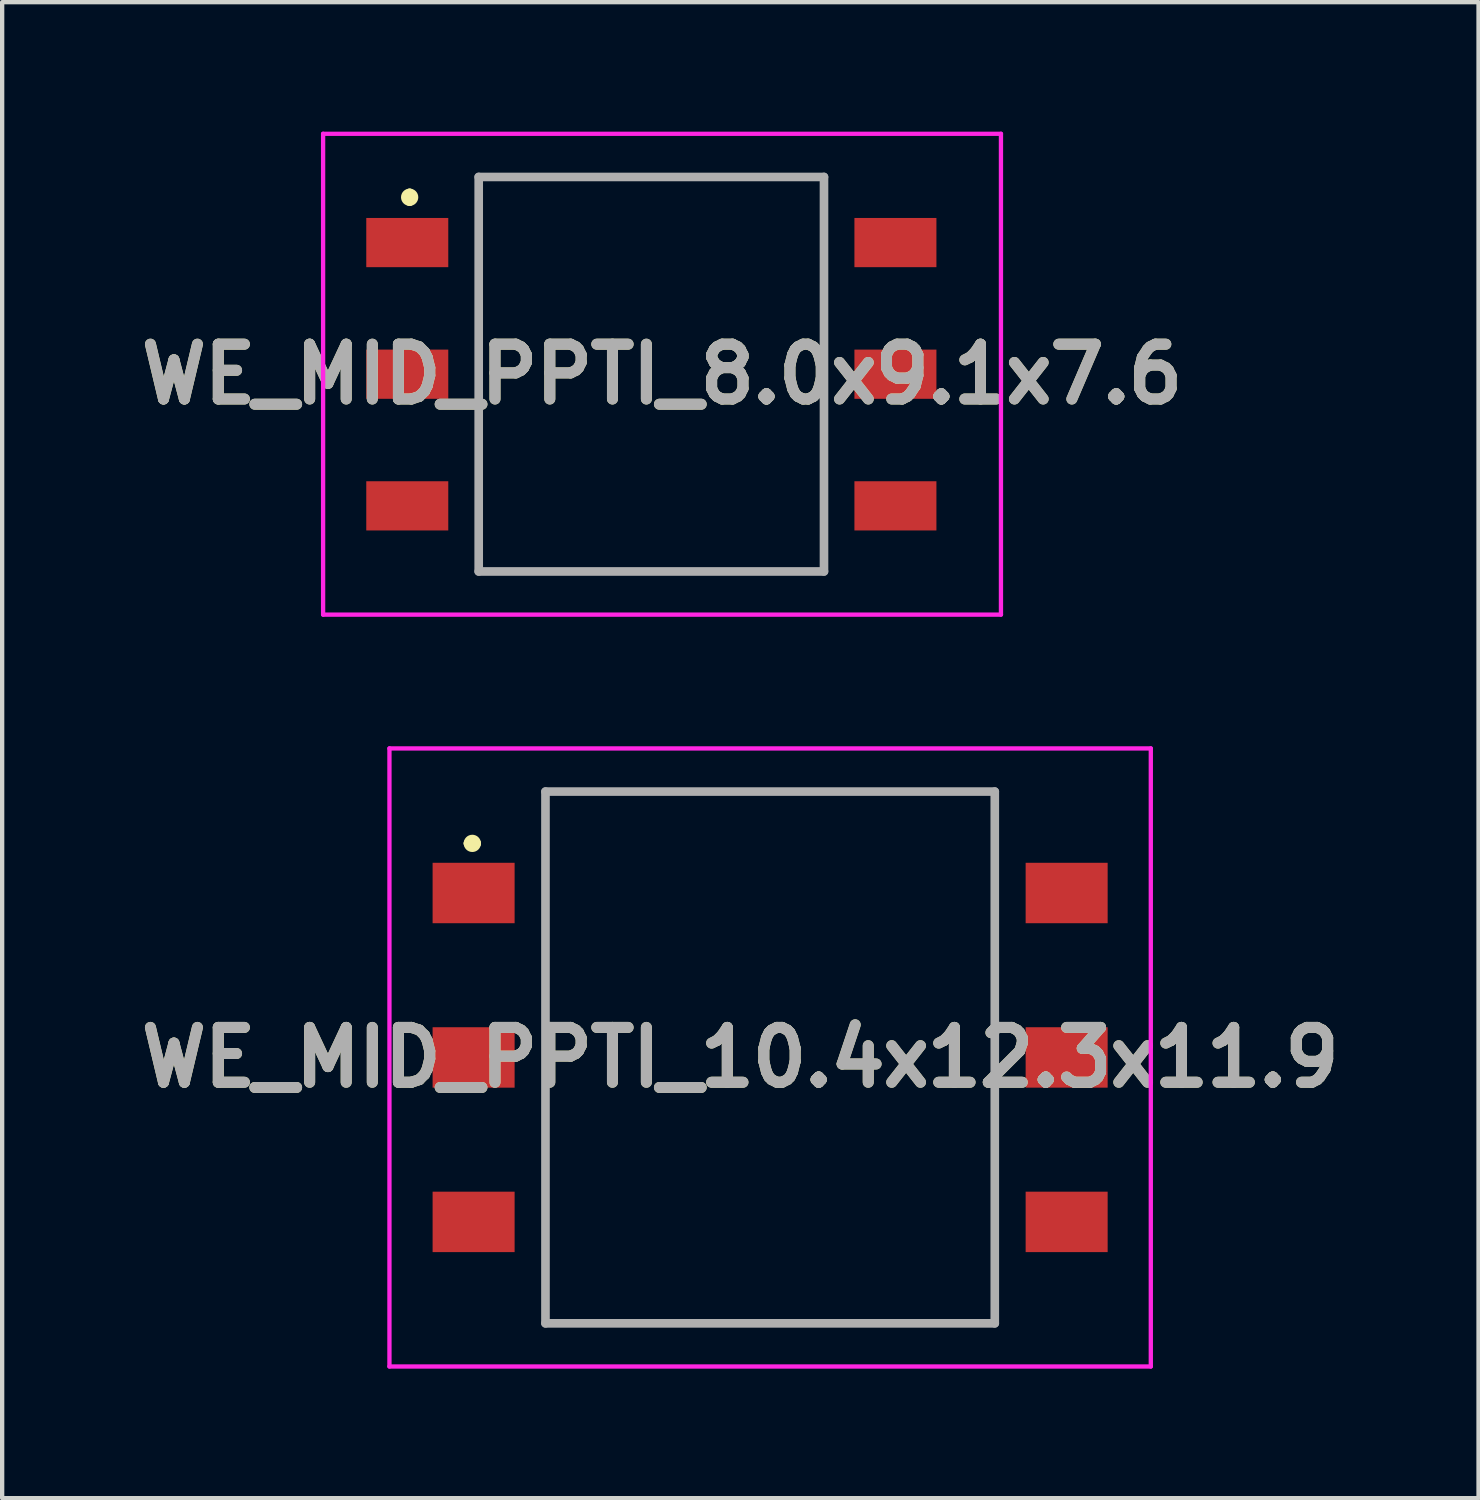
<source format=kicad_pcb>
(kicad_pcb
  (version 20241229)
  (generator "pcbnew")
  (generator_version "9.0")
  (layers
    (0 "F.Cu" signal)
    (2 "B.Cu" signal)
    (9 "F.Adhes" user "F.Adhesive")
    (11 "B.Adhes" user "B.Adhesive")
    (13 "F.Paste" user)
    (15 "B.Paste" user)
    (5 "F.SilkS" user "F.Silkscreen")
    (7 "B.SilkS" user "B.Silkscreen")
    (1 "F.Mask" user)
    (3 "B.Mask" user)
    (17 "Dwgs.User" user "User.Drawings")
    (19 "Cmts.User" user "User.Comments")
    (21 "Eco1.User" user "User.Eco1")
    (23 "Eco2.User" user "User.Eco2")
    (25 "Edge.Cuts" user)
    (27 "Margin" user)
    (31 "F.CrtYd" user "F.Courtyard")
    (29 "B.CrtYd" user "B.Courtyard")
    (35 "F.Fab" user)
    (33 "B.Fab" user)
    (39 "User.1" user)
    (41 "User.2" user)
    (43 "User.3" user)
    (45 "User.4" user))
  (footprint "WE_MID_PPTI_8.0x9.1x7.6"
    (layer "F.Cu")
    (at 12.041 5.62)
    (property "Reference" "WE_MID_PPTI_8.0x9.1x7.6" (at 0.248 0 0) (layer "F.SilkS") (effects (font (size 1.27 1.27) (thickness 0.254))))
    (attr smd)
    (fp_line (start -5.6 -4.2) (end -5.6 -4.2) (stroke (width 0.2) (type solid)) (layer "F.SilkS"))
    (fp_line (start -5.6 -4) (end -5.6 -4) (stroke (width 0.2) (type solid)) (layer "F.SilkS"))
    (fp_line (start -4 -4.57) (end 4 -4.57) (stroke (width 0.1) (type solid)) (layer "F.SilkS"))
    (fp_line (start -4 4.57) (end -4 -4.57) (stroke (width 0.1) (type solid)) (layer "F.SilkS"))
    (fp_line (start 4 -4.57) (end 4 4.57) (stroke (width 0.1) (type solid)) (layer "F.SilkS"))
    (fp_line (start 4 4.57) (end -4 4.57) (stroke (width 0.1) (type solid)) (layer "F.SilkS"))
    (fp_arc (start -5.6 -4.2) (mid -5.5 -4.1) (end -5.6 -4) (stroke (width 0.2) (type solid)) (layer "F.SilkS"))
    (fp_arc (start -5.6 -4) (mid -5.7 -4.1) (end -5.6 -4.2) (stroke (width 0.2) (type solid)) (layer "F.SilkS"))
    (fp_line (start -7.605 -5.57) (end 8.1 -5.57) (stroke (width 0.1) (type solid)) (layer "F.CrtYd"))
    (fp_line (start -7.605 5.57) (end -7.605 -5.57) (stroke (width 0.1) (type solid)) (layer "F.CrtYd"))
    (fp_line (start 8.1 -5.57) (end 8.1 5.57) (stroke (width 0.1) (type solid)) (layer "F.CrtYd"))
    (fp_line (start 8.1 5.57) (end -7.605 5.57) (stroke (width 0.1) (type solid)) (layer "F.CrtYd"))
    (fp_line (start -4 -4.57) (end 4 -4.57) (stroke (width 0.2) (type solid)) (layer "F.Fab"))
    (fp_line (start -4 4.57) (end -4 -4.57) (stroke (width 0.2) (type solid)) (layer "F.Fab"))
    (fp_line (start 4 -4.57) (end 4 4.57) (stroke (width 0.2) (type solid)) (layer "F.Fab"))
    (fp_line (start 4 4.57) (end -4 4.57) (stroke (width 0.2) (type solid)) (layer "F.Fab"))
    (fp_text user "${REFERENCE}" (at 0.248 0 0) (layer "F.Fab") (effects (font (size 1.27 1.27) (thickness 0.254))))
    (pad "1" smd rect (at -5.655 -3.05 90) (size 1.14 1.9) (layers "F.Cu" "F.Mask" "F.Paste"))
    (pad "2" smd rect (at -5.655 0 90) (size 1.14 1.9) (layers "F.Cu" "F.Mask" "F.Paste"))
    (pad "3" smd rect (at -5.655 3.05 90) (size 1.14 1.9) (layers "F.Cu" "F.Mask" "F.Paste"))
    (pad "4" smd rect (at 5.655 3.05 90) (size 1.14 1.9) (layers "F.Cu" "F.Mask" "F.Paste"))
    (pad "5" smd rect (at 5.655 0 90) (size 1.14 1.9) (layers "F.Cu" "F.Mask" "F.Paste"))
    (pad "6" smd rect (at 5.655 -3.05 90) (size 1.14 1.9) (layers "F.Cu" "F.Mask" "F.Paste")))
  (footprint "WE_MID_PPTI_10.4x12.3x11.9"
    (layer "F.Cu")
    (at 14.793 21.45)
    (property "Reference" "WE_MID_PPTI_10.4x12.3x11.9" (at -0.69 0 0) (layer "F.SilkS") (effects (font (size 1.27 1.27) (thickness 0.254))))
    (attr smd)
    (fp_line (start -7 -4.96) (end -7 -4.96) (stroke (width 0.2) (type solid)) (layer "F.SilkS"))
    (fp_line (start -6.8 -4.96) (end -6.8 -4.96) (stroke (width 0.2) (type solid)) (layer "F.SilkS"))
    (fp_line (start -5.205 -6.16) (end 5.205 -6.16) (stroke (width 0.1) (type solid)) (layer "F.SilkS"))
    (fp_line (start -5.205 6.16) (end -5.205 -6.16) (stroke (width 0.1) (type solid)) (layer "F.SilkS"))
    (fp_line (start 5.205 -6.16) (end 5.205 6.16) (stroke (width 0.1) (type solid)) (layer "F.SilkS"))
    (fp_line (start 5.205 6.16) (end -5.205 6.16) (stroke (width 0.1) (type solid)) (layer "F.SilkS"))
    (fp_arc (start -7 -4.96) (mid -6.9 -5.06) (end -6.8 -4.96) (stroke (width 0.2) (type solid)) (layer "F.SilkS"))
    (fp_arc (start -6.8 -4.96) (mid -6.9 -4.86) (end -7 -4.96) (stroke (width 0.2) (type solid)) (layer "F.SilkS"))
    (fp_line (start -8.82 -7.16) (end 8.82 -7.16) (stroke (width 0.1) (type solid)) (layer "F.CrtYd"))
    (fp_line (start -8.82 7.16) (end -8.82 -7.16) (stroke (width 0.1) (type solid)) (layer "F.CrtYd"))
    (fp_line (start 8.82 -7.16) (end 8.82 7.16) (stroke (width 0.1) (type solid)) (layer "F.CrtYd"))
    (fp_line (start 8.82 7.16) (end -8.82 7.16) (stroke (width 0.1) (type solid)) (layer "F.CrtYd"))
    (fp_line (start -5.205 -6.16) (end 5.205 -6.16) (stroke (width 0.2) (type solid)) (layer "F.Fab"))
    (fp_line (start -5.205 6.16) (end -5.205 -6.16) (stroke (width 0.2) (type solid)) (layer "F.Fab"))
    (fp_line (start 5.205 -6.16) (end 5.205 6.16) (stroke (width 0.2) (type solid)) (layer "F.Fab"))
    (fp_line (start 5.205 6.16) (end -5.205 6.16) (stroke (width 0.2) (type solid)) (layer "F.Fab"))
    (fp_text user "${REFERENCE}" (at -0.69 0 0) (layer "F.Fab") (effects (font (size 1.27 1.27) (thickness 0.254))))
    (pad "1" smd rect (at -6.87 -3.81 90) (size 1.4 1.9) (layers "F.Cu" "F.Mask" "F.Paste"))
    (pad "2" smd rect (at -6.87 0 90) (size 1.4 1.9) (layers "F.Cu" "F.Mask" "F.Paste"))
    (pad "3" smd rect (at -6.87 3.81 90) (size 1.4 1.9) (layers "F.Cu" "F.Mask" "F.Paste"))
    (pad "4" smd rect (at 6.87 3.81 90) (size 1.4 1.9) (layers "F.Cu" "F.Mask" "F.Paste"))
    (pad "5" smd rect (at 6.87 0 90) (size 1.4 1.9) (layers "F.Cu" "F.Mask" "F.Paste"))
    (pad "6" smd rect (at 6.87 -3.81 90) (size 1.4 1.9) (layers "F.Cu" "F.Mask" "F.Paste")))
  (gr_rect
    (start -3 -3)
    (end 31.206 31.66)
    (stroke (width 0.1) (type default))
    (fill no)
    (layer "Edge.Cuts")))
</source>
